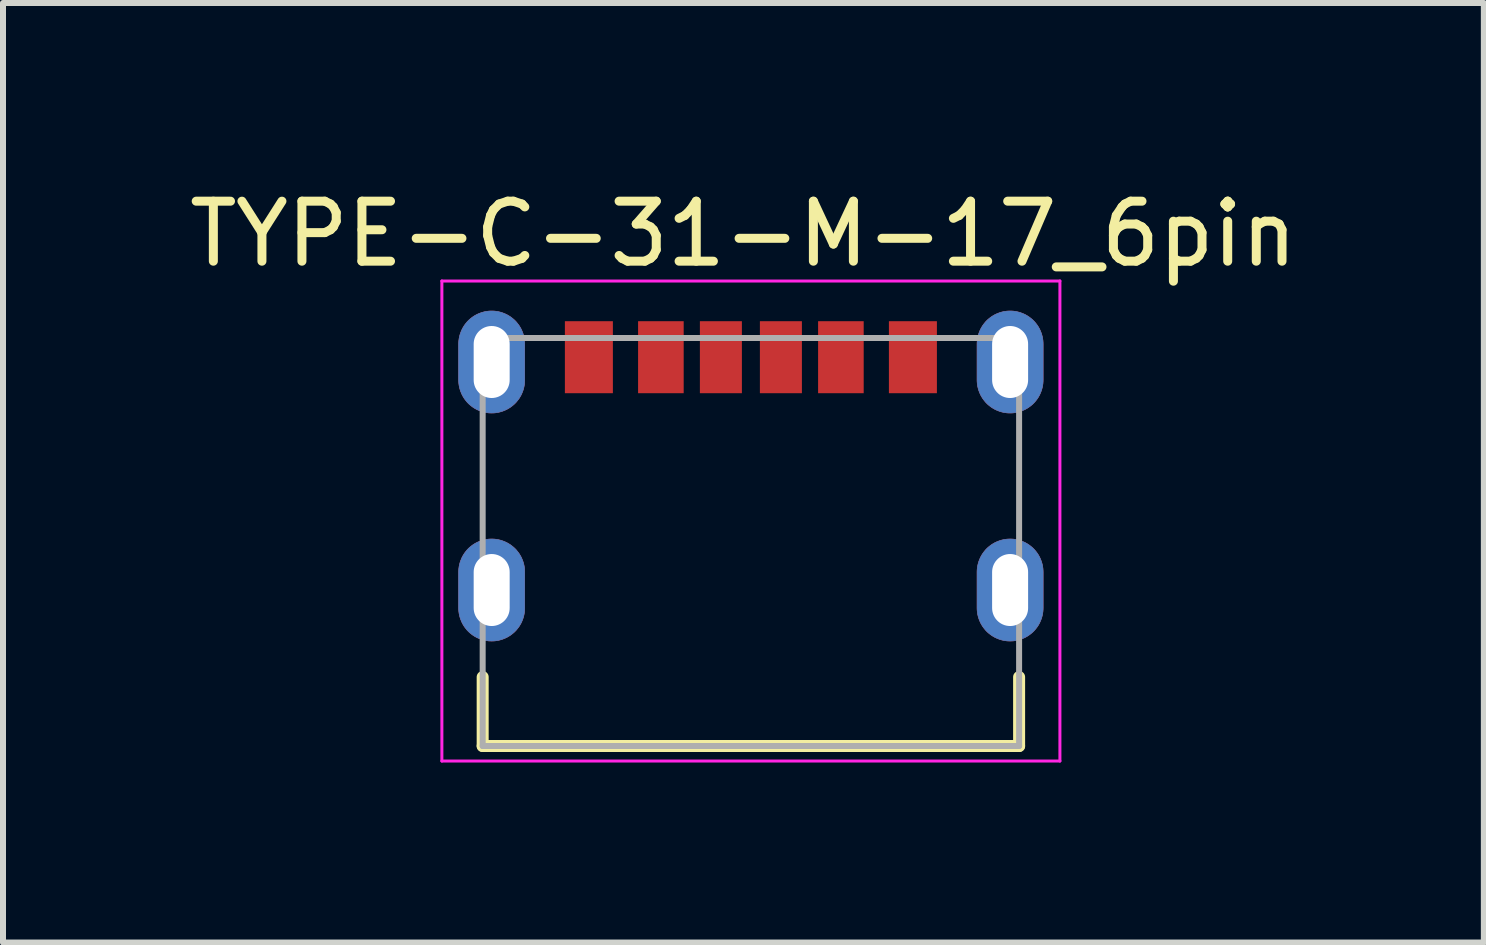
<source format=kicad_pcb>
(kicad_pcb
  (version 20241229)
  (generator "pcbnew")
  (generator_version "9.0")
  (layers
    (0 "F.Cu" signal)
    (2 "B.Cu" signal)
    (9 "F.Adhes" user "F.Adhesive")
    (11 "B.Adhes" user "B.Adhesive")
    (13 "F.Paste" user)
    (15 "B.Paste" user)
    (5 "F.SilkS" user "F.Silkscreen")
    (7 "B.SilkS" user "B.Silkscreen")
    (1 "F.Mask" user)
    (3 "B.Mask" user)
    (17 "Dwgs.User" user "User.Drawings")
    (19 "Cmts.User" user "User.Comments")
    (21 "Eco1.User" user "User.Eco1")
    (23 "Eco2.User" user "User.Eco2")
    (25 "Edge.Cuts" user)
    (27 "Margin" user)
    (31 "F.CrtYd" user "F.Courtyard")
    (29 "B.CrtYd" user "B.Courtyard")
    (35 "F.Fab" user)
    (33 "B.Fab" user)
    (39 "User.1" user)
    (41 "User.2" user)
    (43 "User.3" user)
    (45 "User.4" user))
  (footprint "TYPE-C-31-M-17_6pin"
    (layer "F.Cu")
    (at 9.464 5.983)
    (property "Reference" "TYPE-C-31-M-17_6pin" (at -0.125 -5.135 0) (layer "F.SilkS") (effects (font (size 1 1) (thickness 0.15))))
    (attr through_hole)
    (fp_poly (pts (xy -4.32 -3.85) (xy -4.349 -3.849) (xy -4.377 -3.847) (xy -4.406 -3.843) (xy -4.434 -3.838) (xy -4.462 -3.831) (xy -4.49 -3.823) (xy -4.517 -3.813) (xy -4.544 -3.802) (xy -4.57 -3.79) (xy -4.595 -3.776) (xy -4.62 -3.761) (xy -4.643 -3.745) (xy -4.666 -3.727) (xy -4.688 -3.709) (xy -4.709 -3.689) (xy -4.729 -3.668) (xy -4.747 -3.646) (xy -4.765 -3.623) (xy -4.781 -3.6) (xy -4.796 -3.575) (xy -4.81 -3.55) (xy -4.822 -3.524) (xy -4.833 -3.497) (xy -4.843 -3.47) (xy -4.851 -3.442) (xy -4.858 -3.414) (xy -4.863 -3.386) (xy -4.867 -3.357) (xy -4.869 -3.329) (xy -4.87 -3.3) (xy -4.87 -2.7) (xy -4.869 -2.671) (xy -4.867 -2.643) (xy -4.863 -2.614) (xy -4.858 -2.586) (xy -4.851 -2.558) (xy -4.843 -2.53) (xy -4.833 -2.503) (xy -4.822 -2.476) (xy -4.81 -2.45) (xy -4.796 -2.425) (xy -4.781 -2.4) (xy -4.765 -2.377) (xy -4.747 -2.354) (xy -4.729 -2.332) (xy -4.709 -2.311) (xy -4.688 -2.291) (xy -4.666 -2.273) (xy -4.643 -2.255) (xy -4.62 -2.239) (xy -4.595 -2.224) (xy -4.57 -2.21) (xy -4.544 -2.198) (xy -4.517 -2.187) (xy -4.49 -2.177) (xy -4.462 -2.169) (xy -4.434 -2.162) (xy -4.406 -2.157) (xy -4.377 -2.153) (xy -4.349 -2.151) (xy -4.32 -2.15) (xy -4.291 -2.151) (xy -4.263 -2.153) (xy -4.234 -2.157) (xy -4.206 -2.162) (xy -4.178 -2.169) (xy -4.15 -2.177) (xy -4.123 -2.187) (xy -4.096 -2.198) (xy -4.07 -2.21) (xy -4.045 -2.224) (xy -4.02 -2.239) (xy -3.997 -2.255) (xy -3.974 -2.273) (xy -3.952 -2.291) (xy -3.931 -2.311) (xy -3.911 -2.332) (xy -3.893 -2.354) (xy -3.875 -2.377) (xy -3.859 -2.4) (xy -3.844 -2.425) (xy -3.83 -2.45) (xy -3.818 -2.476) (xy -3.807 -2.503) (xy -3.797 -2.53) (xy -3.789 -2.558) (xy -3.782 -2.586) (xy -3.777 -2.614) (xy -3.773 -2.643) (xy -3.771 -2.671) (xy -3.77 -2.7) (xy -3.77 -3.3) (xy -3.771 -3.329) (xy -3.773 -3.357) (xy -3.777 -3.386) (xy -3.782 -3.414) (xy -3.789 -3.442) (xy -3.797 -3.47) (xy -3.807 -3.497) (xy -3.818 -3.524) (xy -3.83 -3.55) (xy -3.844 -3.575) (xy -3.859 -3.6) (xy -3.875 -3.623) (xy -3.893 -3.646) (xy -3.911 -3.668) (xy -3.931 -3.689) (xy -3.952 -3.709) (xy -3.974 -3.727) (xy -3.997 -3.745) (xy -4.02 -3.761) (xy -4.045 -3.776) (xy -4.07 -3.79) (xy -4.096 -3.802) (xy -4.123 -3.813) (xy -4.15 -3.823) (xy -4.178 -3.831) (xy -4.206 -3.838) (xy -4.234 -3.843) (xy -4.263 -3.847) (xy -4.291 -3.849) (xy -4.32 -3.85)) (stroke (width 0.01) (type solid)) (fill yes) (layer "F.Cu"))
    (fp_poly (pts (xy -4.32 -0.05) (xy -4.349 -0.049) (xy -4.377 -0.047) (xy -4.406 -0.043) (xy -4.434 -0.038) (xy -4.462 -0.031) (xy -4.49 -0.023) (xy -4.517 -0.013) (xy -4.544 -0.002) (xy -4.57 0.01) (xy -4.595 0.024) (xy -4.62 0.039) (xy -4.643 0.055) (xy -4.666 0.073) (xy -4.688 0.091) (xy -4.709 0.111) (xy -4.729 0.132) (xy -4.747 0.154) (xy -4.765 0.177) (xy -4.781 0.2) (xy -4.796 0.225) (xy -4.81 0.25) (xy -4.822 0.276) (xy -4.833 0.303) (xy -4.843 0.33) (xy -4.851 0.358) (xy -4.858 0.386) (xy -4.863 0.414) (xy -4.867 0.443) (xy -4.869 0.471) (xy -4.87 0.5) (xy -4.87 1.1) (xy -4.869 1.129) (xy -4.867 1.157) (xy -4.863 1.186) (xy -4.858 1.214) (xy -4.851 1.242) (xy -4.843 1.27) (xy -4.833 1.297) (xy -4.822 1.324) (xy -4.81 1.35) (xy -4.796 1.375) (xy -4.781 1.4) (xy -4.765 1.423) (xy -4.747 1.446) (xy -4.729 1.468) (xy -4.709 1.489) (xy -4.688 1.509) (xy -4.666 1.527) (xy -4.643 1.545) (xy -4.62 1.561) (xy -4.595 1.576) (xy -4.57 1.59) (xy -4.544 1.602) (xy -4.517 1.613) (xy -4.49 1.623) (xy -4.462 1.631) (xy -4.434 1.638) (xy -4.406 1.643) (xy -4.377 1.647) (xy -4.349 1.649) (xy -4.32 1.65) (xy -4.291 1.649) (xy -4.263 1.647) (xy -4.234 1.643) (xy -4.206 1.638) (xy -4.178 1.631) (xy -4.15 1.623) (xy -4.123 1.613) (xy -4.096 1.602) (xy -4.07 1.59) (xy -4.045 1.576) (xy -4.02 1.561) (xy -3.997 1.545) (xy -3.974 1.527) (xy -3.952 1.509) (xy -3.931 1.489) (xy -3.911 1.468) (xy -3.893 1.446) (xy -3.875 1.423) (xy -3.859 1.4) (xy -3.844 1.375) (xy -3.83 1.35) (xy -3.818 1.324) (xy -3.807 1.297) (xy -3.797 1.27) (xy -3.789 1.242) (xy -3.782 1.214) (xy -3.777 1.186) (xy -3.773 1.157) (xy -3.771 1.129) (xy -3.77 1.1) (xy -3.77 0.5) (xy -3.771 0.471) (xy -3.773 0.443) (xy -3.777 0.414) (xy -3.782 0.386) (xy -3.789 0.358) (xy -3.797 0.33) (xy -3.807 0.303) (xy -3.818 0.276) (xy -3.83 0.25) (xy -3.844 0.225) (xy -3.859 0.2) (xy -3.875 0.177) (xy -3.893 0.154) (xy -3.911 0.132) (xy -3.931 0.111) (xy -3.952 0.091) (xy -3.974 0.073) (xy -3.997 0.055) (xy -4.02 0.039) (xy -4.045 0.024) (xy -4.07 0.01) (xy -4.096 -0.002) (xy -4.123 -0.013) (xy -4.15 -0.023) (xy -4.178 -0.031) (xy -4.206 -0.038) (xy -4.234 -0.043) (xy -4.263 -0.047) (xy -4.291 -0.049) (xy -4.32 -0.05)) (stroke (width 0.01) (type solid)) (fill yes) (layer "F.Cu"))
    (fp_poly (pts (xy 4.32 -3.85) (xy 4.291 -3.849) (xy 4.263 -3.847) (xy 4.234 -3.843) (xy 4.206 -3.838) (xy 4.178 -3.831) (xy 4.15 -3.823) (xy 4.123 -3.813) (xy 4.096 -3.802) (xy 4.07 -3.79) (xy 4.045 -3.776) (xy 4.02 -3.761) (xy 3.997 -3.745) (xy 3.974 -3.727) (xy 3.952 -3.709) (xy 3.931 -3.689) (xy 3.911 -3.668) (xy 3.893 -3.646) (xy 3.875 -3.623) (xy 3.859 -3.6) (xy 3.844 -3.575) (xy 3.83 -3.55) (xy 3.818 -3.524) (xy 3.807 -3.497) (xy 3.797 -3.47) (xy 3.789 -3.442) (xy 3.782 -3.414) (xy 3.777 -3.386) (xy 3.773 -3.357) (xy 3.771 -3.329) (xy 3.77 -3.3) (xy 3.77 -2.7) (xy 3.771 -2.671) (xy 3.773 -2.643) (xy 3.777 -2.614) (xy 3.782 -2.586) (xy 3.789 -2.558) (xy 3.797 -2.53) (xy 3.807 -2.503) (xy 3.818 -2.476) (xy 3.83 -2.45) (xy 3.844 -2.425) (xy 3.859 -2.4) (xy 3.875 -2.377) (xy 3.893 -2.354) (xy 3.911 -2.332) (xy 3.931 -2.311) (xy 3.952 -2.291) (xy 3.974 -2.273) (xy 3.997 -2.255) (xy 4.02 -2.239) (xy 4.045 -2.224) (xy 4.07 -2.21) (xy 4.096 -2.198) (xy 4.123 -2.187) (xy 4.15 -2.177) (xy 4.178 -2.169) (xy 4.206 -2.162) (xy 4.234 -2.157) (xy 4.263 -2.153) (xy 4.291 -2.151) (xy 4.32 -2.15) (xy 4.349 -2.151) (xy 4.377 -2.153) (xy 4.406 -2.157) (xy 4.434 -2.162) (xy 4.462 -2.169) (xy 4.49 -2.177) (xy 4.517 -2.187) (xy 4.544 -2.198) (xy 4.57 -2.21) (xy 4.595 -2.224) (xy 4.62 -2.239) (xy 4.643 -2.255) (xy 4.666 -2.273) (xy 4.688 -2.291) (xy 4.709 -2.311) (xy 4.729 -2.332) (xy 4.747 -2.354) (xy 4.765 -2.377) (xy 4.781 -2.4) (xy 4.796 -2.425) (xy 4.81 -2.45) (xy 4.822 -2.476) (xy 4.833 -2.503) (xy 4.843 -2.53) (xy 4.851 -2.558) (xy 4.858 -2.586) (xy 4.863 -2.614) (xy 4.867 -2.643) (xy 4.869 -2.671) (xy 4.87 -2.7) (xy 4.87 -3.3) (xy 4.869 -3.329) (xy 4.867 -3.357) (xy 4.863 -3.386) (xy 4.858 -3.414) (xy 4.851 -3.442) (xy 4.843 -3.47) (xy 4.833 -3.497) (xy 4.822 -3.524) (xy 4.81 -3.55) (xy 4.796 -3.575) (xy 4.781 -3.6) (xy 4.765 -3.623) (xy 4.747 -3.646) (xy 4.729 -3.668) (xy 4.709 -3.689) (xy 4.688 -3.709) (xy 4.666 -3.727) (xy 4.643 -3.745) (xy 4.62 -3.761) (xy 4.595 -3.776) (xy 4.57 -3.79) (xy 4.544 -3.802) (xy 4.517 -3.813) (xy 4.49 -3.823) (xy 4.462 -3.831) (xy 4.434 -3.838) (xy 4.406 -3.843) (xy 4.377 -3.847) (xy 4.349 -3.849) (xy 4.32 -3.85)) (stroke (width 0.01) (type solid)) (fill yes) (layer "F.Cu"))
    (fp_poly (pts (xy 4.32 -0.05) (xy 4.291 -0.049) (xy 4.263 -0.047) (xy 4.234 -0.043) (xy 4.206 -0.038) (xy 4.178 -0.031) (xy 4.15 -0.023) (xy 4.123 -0.013) (xy 4.096 -0.002) (xy 4.07 0.01) (xy 4.045 0.024) (xy 4.02 0.039) (xy 3.997 0.055) (xy 3.974 0.073) (xy 3.952 0.091) (xy 3.931 0.111) (xy 3.911 0.132) (xy 3.893 0.154) (xy 3.875 0.177) (xy 3.859 0.2) (xy 3.844 0.225) (xy 3.83 0.25) (xy 3.818 0.276) (xy 3.807 0.303) (xy 3.797 0.33) (xy 3.789 0.358) (xy 3.782 0.386) (xy 3.777 0.414) (xy 3.773 0.443) (xy 3.771 0.471) (xy 3.77 0.5) (xy 3.77 1.1) (xy 3.771 1.129) (xy 3.773 1.157) (xy 3.777 1.186) (xy 3.782 1.214) (xy 3.789 1.242) (xy 3.797 1.27) (xy 3.807 1.297) (xy 3.818 1.324) (xy 3.83 1.35) (xy 3.844 1.375) (xy 3.859 1.4) (xy 3.875 1.423) (xy 3.893 1.446) (xy 3.911 1.468) (xy 3.931 1.489) (xy 3.952 1.509) (xy 3.974 1.527) (xy 3.997 1.545) (xy 4.02 1.561) (xy 4.045 1.576) (xy 4.07 1.59) (xy 4.096 1.602) (xy 4.123 1.613) (xy 4.15 1.623) (xy 4.178 1.631) (xy 4.206 1.638) (xy 4.234 1.643) (xy 4.263 1.647) (xy 4.291 1.649) (xy 4.32 1.65) (xy 4.349 1.649) (xy 4.377 1.647) (xy 4.406 1.643) (xy 4.434 1.638) (xy 4.462 1.631) (xy 4.49 1.623) (xy 4.517 1.613) (xy 4.544 1.602) (xy 4.57 1.59) (xy 4.595 1.576) (xy 4.62 1.561) (xy 4.643 1.545) (xy 4.666 1.527) (xy 4.688 1.509) (xy 4.709 1.489) (xy 4.729 1.468) (xy 4.747 1.446) (xy 4.765 1.423) (xy 4.781 1.4) (xy 4.796 1.375) (xy 4.81 1.35) (xy 4.822 1.324) (xy 4.833 1.297) (xy 4.843 1.27) (xy 4.851 1.242) (xy 4.858 1.214) (xy 4.863 1.186) (xy 4.867 1.157) (xy 4.869 1.129) (xy 4.87 1.1) (xy 4.87 0.5) (xy 4.869 0.471) (xy 4.867 0.443) (xy 4.863 0.414) (xy 4.858 0.386) (xy 4.851 0.358) (xy 4.843 0.33) (xy 4.833 0.303) (xy 4.822 0.276) (xy 4.81 0.25) (xy 4.796 0.225) (xy 4.781 0.2) (xy 4.765 0.177) (xy 4.747 0.154) (xy 4.729 0.132) (xy 4.709 0.111) (xy 4.688 0.091) (xy 4.666 0.073) (xy 4.643 0.055) (xy 4.62 0.039) (xy 4.595 0.024) (xy 4.57 0.01) (xy 4.544 -0.002) (xy 4.517 -0.013) (xy 4.49 -0.023) (xy 4.462 -0.031) (xy 4.434 -0.038) (xy 4.406 -0.043) (xy 4.377 -0.047) (xy 4.349 -0.049) (xy 4.32 -0.05)) (stroke (width 0.01) (type solid)) (fill yes) (layer "F.Cu"))
    (fp_poly (pts (xy -4.32 -3.95) (xy -4.354 -3.949) (xy -4.388 -3.946) (xy -4.422 -3.942) (xy -4.455 -3.936) (xy -4.488 -3.928) (xy -4.521 -3.918) (xy -4.553 -3.907) (xy -4.584 -3.894) (xy -4.615 -3.879) (xy -4.645 -3.863) (xy -4.674 -3.845) (xy -4.702 -3.826) (xy -4.729 -3.805) (xy -4.755 -3.783) (xy -4.78 -3.76) (xy -4.803 -3.735) (xy -4.825 -3.709) (xy -4.846 -3.682) (xy -4.865 -3.654) (xy -4.883 -3.625) (xy -4.899 -3.595) (xy -4.914 -3.564) (xy -4.927 -3.533) (xy -4.938 -3.501) (xy -4.948 -3.468) (xy -4.956 -3.435) (xy -4.962 -3.402) (xy -4.966 -3.368) (xy -4.969 -3.334) (xy -4.97 -3.3) (xy -4.97 -2.7) (xy -4.969 -2.666) (xy -4.966 -2.632) (xy -4.962 -2.598) (xy -4.956 -2.565) (xy -4.948 -2.532) (xy -4.938 -2.499) (xy -4.927 -2.467) (xy -4.914 -2.436) (xy -4.899 -2.405) (xy -4.883 -2.375) (xy -4.865 -2.346) (xy -4.846 -2.318) (xy -4.825 -2.291) (xy -4.803 -2.265) (xy -4.78 -2.24) (xy -4.755 -2.217) (xy -4.729 -2.195) (xy -4.702 -2.174) (xy -4.674 -2.155) (xy -4.645 -2.137) (xy -4.615 -2.121) (xy -4.584 -2.106) (xy -4.553 -2.093) (xy -4.521 -2.082) (xy -4.488 -2.072) (xy -4.455 -2.064) (xy -4.422 -2.058) (xy -4.388 -2.054) (xy -4.354 -2.051) (xy -4.32 -2.05) (xy -4.286 -2.051) (xy -4.252 -2.054) (xy -4.218 -2.058) (xy -4.185 -2.064) (xy -4.152 -2.072) (xy -4.119 -2.082) (xy -4.087 -2.093) (xy -4.056 -2.106) (xy -4.025 -2.121) (xy -3.995 -2.137) (xy -3.966 -2.155) (xy -3.938 -2.174) (xy -3.911 -2.195) (xy -3.885 -2.217) (xy -3.86 -2.24) (xy -3.837 -2.265) (xy -3.815 -2.291) (xy -3.794 -2.318) (xy -3.775 -2.346) (xy -3.757 -2.375) (xy -3.741 -2.405) (xy -3.726 -2.436) (xy -3.713 -2.467) (xy -3.702 -2.499) (xy -3.692 -2.532) (xy -3.684 -2.565) (xy -3.678 -2.598) (xy -3.674 -2.632) (xy -3.671 -2.666) (xy -3.67 -2.7) (xy -3.67 -3.3) (xy -3.671 -3.334) (xy -3.674 -3.368) (xy -3.678 -3.402) (xy -3.684 -3.435) (xy -3.692 -3.468) (xy -3.702 -3.501) (xy -3.713 -3.533) (xy -3.726 -3.564) (xy -3.741 -3.595) (xy -3.757 -3.625) (xy -3.775 -3.654) (xy -3.794 -3.682) (xy -3.815 -3.709) (xy -3.837 -3.735) (xy -3.86 -3.76) (xy -3.885 -3.783) (xy -3.911 -3.805) (xy -3.938 -3.826) (xy -3.966 -3.845) (xy -3.995 -3.863) (xy -4.025 -3.879) (xy -4.056 -3.894) (xy -4.087 -3.907) (xy -4.119 -3.918) (xy -4.152 -3.928) (xy -4.185 -3.936) (xy -4.218 -3.942) (xy -4.252 -3.946) (xy -4.286 -3.949) (xy -4.32 -3.95)) (stroke (width 0.01) (type solid)) (fill yes) (layer "F.Mask"))
    (fp_poly (pts (xy -4.32 -0.15) (xy -4.354 -0.149) (xy -4.388 -0.146) (xy -4.422 -0.142) (xy -4.455 -0.136) (xy -4.488 -0.128) (xy -4.521 -0.118) (xy -4.553 -0.107) (xy -4.584 -0.094) (xy -4.615 -0.079) (xy -4.645 -0.063) (xy -4.674 -0.045) (xy -4.702 -0.026) (xy -4.729 -0.005) (xy -4.755 0.017) (xy -4.78 0.04) (xy -4.803 0.065) (xy -4.825 0.091) (xy -4.846 0.118) (xy -4.865 0.146) (xy -4.883 0.175) (xy -4.899 0.205) (xy -4.914 0.236) (xy -4.927 0.267) (xy -4.938 0.299) (xy -4.948 0.332) (xy -4.956 0.365) (xy -4.962 0.398) (xy -4.966 0.432) (xy -4.969 0.466) (xy -4.97 0.5) (xy -4.97 1.1) (xy -4.969 1.134) (xy -4.966 1.168) (xy -4.962 1.202) (xy -4.956 1.235) (xy -4.948 1.268) (xy -4.938 1.301) (xy -4.927 1.333) (xy -4.914 1.364) (xy -4.899 1.395) (xy -4.883 1.425) (xy -4.865 1.454) (xy -4.846 1.482) (xy -4.825 1.509) (xy -4.803 1.535) (xy -4.78 1.56) (xy -4.755 1.583) (xy -4.729 1.605) (xy -4.702 1.626) (xy -4.674 1.645) (xy -4.645 1.663) (xy -4.615 1.679) (xy -4.584 1.694) (xy -4.553 1.707) (xy -4.521 1.718) (xy -4.488 1.728) (xy -4.455 1.736) (xy -4.422 1.742) (xy -4.388 1.746) (xy -4.354 1.749) (xy -4.32 1.75) (xy -4.286 1.749) (xy -4.252 1.746) (xy -4.218 1.742) (xy -4.185 1.736) (xy -4.152 1.728) (xy -4.119 1.718) (xy -4.087 1.707) (xy -4.056 1.694) (xy -4.025 1.679) (xy -3.995 1.663) (xy -3.966 1.645) (xy -3.938 1.626) (xy -3.911 1.605) (xy -3.885 1.583) (xy -3.86 1.56) (xy -3.837 1.535) (xy -3.815 1.509) (xy -3.794 1.482) (xy -3.775 1.454) (xy -3.757 1.425) (xy -3.741 1.395) (xy -3.726 1.364) (xy -3.713 1.333) (xy -3.702 1.301) (xy -3.692 1.268) (xy -3.684 1.235) (xy -3.678 1.202) (xy -3.674 1.168) (xy -3.671 1.134) (xy -3.67 1.1) (xy -3.67 0.5) (xy -3.671 0.466) (xy -3.674 0.432) (xy -3.678 0.398) (xy -3.684 0.365) (xy -3.692 0.332) (xy -3.702 0.299) (xy -3.713 0.267) (xy -3.726 0.236) (xy -3.741 0.205) (xy -3.757 0.175) (xy -3.775 0.146) (xy -3.794 0.118) (xy -3.815 0.091) (xy -3.837 0.065) (xy -3.86 0.04) (xy -3.885 0.017) (xy -3.911 -0.005) (xy -3.938 -0.026) (xy -3.966 -0.045) (xy -3.995 -0.063) (xy -4.025 -0.079) (xy -4.056 -0.094) (xy -4.087 -0.107) (xy -4.119 -0.118) (xy -4.152 -0.128) (xy -4.185 -0.136) (xy -4.218 -0.142) (xy -4.252 -0.146) (xy -4.286 -0.149) (xy -4.32 -0.15)) (stroke (width 0.01) (type solid)) (fill yes) (layer "F.Mask"))
    (fp_poly (pts (xy 4.32 -3.95) (xy 4.286 -3.949) (xy 4.252 -3.946) (xy 4.218 -3.942) (xy 4.185 -3.936) (xy 4.152 -3.928) (xy 4.119 -3.918) (xy 4.087 -3.907) (xy 4.056 -3.894) (xy 4.025 -3.879) (xy 3.995 -3.863) (xy 3.966 -3.845) (xy 3.938 -3.826) (xy 3.911 -3.805) (xy 3.885 -3.783) (xy 3.86 -3.76) (xy 3.837 -3.735) (xy 3.815 -3.709) (xy 3.794 -3.682) (xy 3.775 -3.654) (xy 3.757 -3.625) (xy 3.741 -3.595) (xy 3.726 -3.564) (xy 3.713 -3.533) (xy 3.702 -3.501) (xy 3.692 -3.468) (xy 3.684 -3.435) (xy 3.678 -3.402) (xy 3.674 -3.368) (xy 3.671 -3.334) (xy 3.67 -3.3) (xy 3.67 -2.7) (xy 3.671 -2.666) (xy 3.674 -2.632) (xy 3.678 -2.598) (xy 3.684 -2.565) (xy 3.692 -2.532) (xy 3.702 -2.499) (xy 3.713 -2.467) (xy 3.726 -2.436) (xy 3.741 -2.405) (xy 3.757 -2.375) (xy 3.775 -2.346) (xy 3.794 -2.318) (xy 3.815 -2.291) (xy 3.837 -2.265) (xy 3.86 -2.24) (xy 3.885 -2.217) (xy 3.911 -2.195) (xy 3.938 -2.174) (xy 3.966 -2.155) (xy 3.995 -2.137) (xy 4.025 -2.121) (xy 4.056 -2.106) (xy 4.087 -2.093) (xy 4.119 -2.082) (xy 4.152 -2.072) (xy 4.185 -2.064) (xy 4.218 -2.058) (xy 4.252 -2.054) (xy 4.286 -2.051) (xy 4.32 -2.05) (xy 4.354 -2.051) (xy 4.388 -2.054) (xy 4.422 -2.058) (xy 4.455 -2.064) (xy 4.488 -2.072) (xy 4.521 -2.082) (xy 4.553 -2.093) (xy 4.584 -2.106) (xy 4.615 -2.121) (xy 4.645 -2.137) (xy 4.674 -2.155) (xy 4.702 -2.174) (xy 4.729 -2.195) (xy 4.755 -2.217) (xy 4.78 -2.24) (xy 4.803 -2.265) (xy 4.825 -2.291) (xy 4.846 -2.318) (xy 4.865 -2.346) (xy 4.883 -2.375) (xy 4.899 -2.405) (xy 4.914 -2.436) (xy 4.927 -2.467) (xy 4.938 -2.499) (xy 4.948 -2.532) (xy 4.956 -2.565) (xy 4.962 -2.598) (xy 4.966 -2.632) (xy 4.969 -2.666) (xy 4.97 -2.7) (xy 4.97 -3.3) (xy 4.969 -3.334) (xy 4.966 -3.368) (xy 4.962 -3.402) (xy 4.956 -3.435) (xy 4.948 -3.468) (xy 4.938 -3.501) (xy 4.927 -3.533) (xy 4.914 -3.564) (xy 4.899 -3.595) (xy 4.883 -3.625) (xy 4.865 -3.654) (xy 4.846 -3.682) (xy 4.825 -3.709) (xy 4.803 -3.735) (xy 4.78 -3.76) (xy 4.755 -3.783) (xy 4.729 -3.805) (xy 4.702 -3.826) (xy 4.674 -3.845) (xy 4.645 -3.863) (xy 4.615 -3.879) (xy 4.584 -3.894) (xy 4.553 -3.907) (xy 4.521 -3.918) (xy 4.488 -3.928) (xy 4.455 -3.936) (xy 4.422 -3.942) (xy 4.388 -3.946) (xy 4.354 -3.949) (xy 4.32 -3.95)) (stroke (width 0.01) (type solid)) (fill yes) (layer "F.Mask"))
    (fp_poly (pts (xy 4.32 -0.15) (xy 4.286 -0.149) (xy 4.252 -0.146) (xy 4.218 -0.142) (xy 4.185 -0.136) (xy 4.152 -0.128) (xy 4.119 -0.118) (xy 4.087 -0.107) (xy 4.056 -0.094) (xy 4.025 -0.079) (xy 3.995 -0.063) (xy 3.966 -0.045) (xy 3.938 -0.026) (xy 3.911 -0.005) (xy 3.885 0.017) (xy 3.86 0.04) (xy 3.837 0.065) (xy 3.815 0.091) (xy 3.794 0.118) (xy 3.775 0.146) (xy 3.757 0.175) (xy 3.741 0.205) (xy 3.726 0.236) (xy 3.713 0.267) (xy 3.702 0.299) (xy 3.692 0.332) (xy 3.684 0.365) (xy 3.678 0.398) (xy 3.674 0.432) (xy 3.671 0.466) (xy 3.67 0.5) (xy 3.67 1.1) (xy 3.671 1.134) (xy 3.674 1.168) (xy 3.678 1.202) (xy 3.684 1.235) (xy 3.692 1.268) (xy 3.702 1.301) (xy 3.713 1.333) (xy 3.726 1.364) (xy 3.741 1.395) (xy 3.757 1.425) (xy 3.775 1.454) (xy 3.794 1.482) (xy 3.815 1.509) (xy 3.837 1.535) (xy 3.86 1.56) (xy 3.885 1.583) (xy 3.911 1.605) (xy 3.938 1.626) (xy 3.966 1.645) (xy 3.995 1.663) (xy 4.025 1.679) (xy 4.056 1.694) (xy 4.087 1.707) (xy 4.119 1.718) (xy 4.152 1.728) (xy 4.185 1.736) (xy 4.218 1.742) (xy 4.252 1.746) (xy 4.286 1.749) (xy 4.32 1.75) (xy 4.354 1.749) (xy 4.388 1.746) (xy 4.422 1.742) (xy 4.455 1.736) (xy 4.488 1.728) (xy 4.521 1.718) (xy 4.553 1.707) (xy 4.584 1.694) (xy 4.615 1.679) (xy 4.645 1.663) (xy 4.674 1.645) (xy 4.702 1.626) (xy 4.729 1.605) (xy 4.755 1.583) (xy 4.78 1.56) (xy 4.803 1.535) (xy 4.825 1.509) (xy 4.846 1.482) (xy 4.865 1.454) (xy 4.883 1.425) (xy 4.899 1.395) (xy 4.914 1.364) (xy 4.927 1.333) (xy 4.938 1.301) (xy 4.948 1.268) (xy 4.956 1.235) (xy 4.962 1.202) (xy 4.966 1.168) (xy 4.969 1.134) (xy 4.97 1.1) (xy 4.97 0.5) (xy 4.969 0.466) (xy 4.966 0.432) (xy 4.962 0.398) (xy 4.956 0.365) (xy 4.948 0.332) (xy 4.938 0.299) (xy 4.927 0.267) (xy 4.914 0.236) (xy 4.899 0.205) (xy 4.883 0.175) (xy 4.865 0.146) (xy 4.846 0.118) (xy 4.825 0.091) (xy 4.803 0.065) (xy 4.78 0.04) (xy 4.755 0.017) (xy 4.729 -0.005) (xy 4.702 -0.026) (xy 4.674 -0.045) (xy 4.645 -0.063) (xy 4.615 -0.079) (xy 4.584 -0.094) (xy 4.553 -0.107) (xy 4.521 -0.118) (xy 4.488 -0.128) (xy 4.455 -0.136) (xy 4.422 -0.142) (xy 4.388 -0.146) (xy 4.354 -0.149) (xy 4.32 -0.15)) (stroke (width 0.01) (type solid)) (fill yes) (layer "F.Mask"))
    (fp_poly (pts (xy -4.32 -3.85) (xy -4.349 -3.849) (xy -4.377 -3.847) (xy -4.406 -3.843) (xy -4.434 -3.838) (xy -4.462 -3.831) (xy -4.49 -3.823) (xy -4.517 -3.813) (xy -4.544 -3.802) (xy -4.57 -3.79) (xy -4.595 -3.776) (xy -4.62 -3.761) (xy -4.643 -3.745) (xy -4.666 -3.727) (xy -4.688 -3.709) (xy -4.709 -3.689) (xy -4.729 -3.668) (xy -4.747 -3.646) (xy -4.765 -3.623) (xy -4.781 -3.6) (xy -4.796 -3.575) (xy -4.81 -3.55) (xy -4.822 -3.524) (xy -4.833 -3.497) (xy -4.843 -3.47) (xy -4.851 -3.442) (xy -4.858 -3.414) (xy -4.863 -3.386) (xy -4.867 -3.357) (xy -4.869 -3.329) (xy -4.87 -3.3) (xy -4.87 -2.7) (xy -4.869 -2.671) (xy -4.867 -2.643) (xy -4.863 -2.614) (xy -4.858 -2.586) (xy -4.851 -2.558) (xy -4.843 -2.53) (xy -4.833 -2.503) (xy -4.822 -2.476) (xy -4.81 -2.45) (xy -4.796 -2.425) (xy -4.781 -2.4) (xy -4.765 -2.377) (xy -4.747 -2.354) (xy -4.729 -2.332) (xy -4.709 -2.311) (xy -4.688 -2.291) (xy -4.666 -2.273) (xy -4.643 -2.255) (xy -4.62 -2.239) (xy -4.595 -2.224) (xy -4.57 -2.21) (xy -4.544 -2.198) (xy -4.517 -2.187) (xy -4.49 -2.177) (xy -4.462 -2.169) (xy -4.434 -2.162) (xy -4.406 -2.157) (xy -4.377 -2.153) (xy -4.349 -2.151) (xy -4.32 -2.15) (xy -4.291 -2.151) (xy -4.263 -2.153) (xy -4.234 -2.157) (xy -4.206 -2.162) (xy -4.178 -2.169) (xy -4.15 -2.177) (xy -4.123 -2.187) (xy -4.096 -2.198) (xy -4.07 -2.21) (xy -4.045 -2.224) (xy -4.02 -2.239) (xy -3.997 -2.255) (xy -3.974 -2.273) (xy -3.952 -2.291) (xy -3.931 -2.311) (xy -3.911 -2.332) (xy -3.893 -2.354) (xy -3.875 -2.377) (xy -3.859 -2.4) (xy -3.844 -2.425) (xy -3.83 -2.45) (xy -3.818 -2.476) (xy -3.807 -2.503) (xy -3.797 -2.53) (xy -3.789 -2.558) (xy -3.782 -2.586) (xy -3.777 -2.614) (xy -3.773 -2.643) (xy -3.771 -2.671) (xy -3.77 -2.7) (xy -3.77 -3.3) (xy -3.771 -3.329) (xy -3.773 -3.357) (xy -3.777 -3.386) (xy -3.782 -3.414) (xy -3.789 -3.442) (xy -3.797 -3.47) (xy -3.807 -3.497) (xy -3.818 -3.524) (xy -3.83 -3.55) (xy -3.844 -3.575) (xy -3.859 -3.6) (xy -3.875 -3.623) (xy -3.893 -3.646) (xy -3.911 -3.668) (xy -3.931 -3.689) (xy -3.952 -3.709) (xy -3.974 -3.727) (xy -3.997 -3.745) (xy -4.02 -3.761) (xy -4.045 -3.776) (xy -4.07 -3.79) (xy -4.096 -3.802) (xy -4.123 -3.813) (xy -4.15 -3.823) (xy -4.178 -3.831) (xy -4.206 -3.838) (xy -4.234 -3.843) (xy -4.263 -3.847) (xy -4.291 -3.849) (xy -4.32 -3.85)) (stroke (width 0.01) (type solid)) (fill yes) (layer "B.Cu"))
    (fp_poly (pts (xy -4.32 -0.05) (xy -4.349 -0.049) (xy -4.377 -0.047) (xy -4.406 -0.043) (xy -4.434 -0.038) (xy -4.462 -0.031) (xy -4.49 -0.023) (xy -4.517 -0.013) (xy -4.544 -0.002) (xy -4.57 0.01) (xy -4.595 0.024) (xy -4.62 0.039) (xy -4.643 0.055) (xy -4.666 0.073) (xy -4.688 0.091) (xy -4.709 0.111) (xy -4.729 0.132) (xy -4.747 0.154) (xy -4.765 0.177) (xy -4.781 0.2) (xy -4.796 0.225) (xy -4.81 0.25) (xy -4.822 0.276) (xy -4.833 0.303) (xy -4.843 0.33) (xy -4.851 0.358) (xy -4.858 0.386) (xy -4.863 0.414) (xy -4.867 0.443) (xy -4.869 0.471) (xy -4.87 0.5) (xy -4.87 1.1) (xy -4.869 1.129) (xy -4.867 1.157) (xy -4.863 1.186) (xy -4.858 1.214) (xy -4.851 1.242) (xy -4.843 1.27) (xy -4.833 1.297) (xy -4.822 1.324) (xy -4.81 1.35) (xy -4.796 1.375) (xy -4.781 1.4) (xy -4.765 1.423) (xy -4.747 1.446) (xy -4.729 1.468) (xy -4.709 1.489) (xy -4.688 1.509) (xy -4.666 1.527) (xy -4.643 1.545) (xy -4.62 1.561) (xy -4.595 1.576) (xy -4.57 1.59) (xy -4.544 1.602) (xy -4.517 1.613) (xy -4.49 1.623) (xy -4.462 1.631) (xy -4.434 1.638) (xy -4.406 1.643) (xy -4.377 1.647) (xy -4.349 1.649) (xy -4.32 1.65) (xy -4.291 1.649) (xy -4.263 1.647) (xy -4.234 1.643) (xy -4.206 1.638) (xy -4.178 1.631) (xy -4.15 1.623) (xy -4.123 1.613) (xy -4.096 1.602) (xy -4.07 1.59) (xy -4.045 1.576) (xy -4.02 1.561) (xy -3.997 1.545) (xy -3.974 1.527) (xy -3.952 1.509) (xy -3.931 1.489) (xy -3.911 1.468) (xy -3.893 1.446) (xy -3.875 1.423) (xy -3.859 1.4) (xy -3.844 1.375) (xy -3.83 1.35) (xy -3.818 1.324) (xy -3.807 1.297) (xy -3.797 1.27) (xy -3.789 1.242) (xy -3.782 1.214) (xy -3.777 1.186) (xy -3.773 1.157) (xy -3.771 1.129) (xy -3.77 1.1) (xy -3.77 0.5) (xy -3.771 0.471) (xy -3.773 0.443) (xy -3.777 0.414) (xy -3.782 0.386) (xy -3.789 0.358) (xy -3.797 0.33) (xy -3.807 0.303) (xy -3.818 0.276) (xy -3.83 0.25) (xy -3.844 0.225) (xy -3.859 0.2) (xy -3.875 0.177) (xy -3.893 0.154) (xy -3.911 0.132) (xy -3.931 0.111) (xy -3.952 0.091) (xy -3.974 0.073) (xy -3.997 0.055) (xy -4.02 0.039) (xy -4.045 0.024) (xy -4.07 0.01) (xy -4.096 -0.002) (xy -4.123 -0.013) (xy -4.15 -0.023) (xy -4.178 -0.031) (xy -4.206 -0.038) (xy -4.234 -0.043) (xy -4.263 -0.047) (xy -4.291 -0.049) (xy -4.32 -0.05)) (stroke (width 0.01) (type solid)) (fill yes) (layer "B.Cu"))
    (fp_poly (pts (xy 4.32 -3.85) (xy 4.291 -3.849) (xy 4.263 -3.847) (xy 4.234 -3.843) (xy 4.206 -3.838) (xy 4.178 -3.831) (xy 4.15 -3.823) (xy 4.123 -3.813) (xy 4.096 -3.802) (xy 4.07 -3.79) (xy 4.045 -3.776) (xy 4.02 -3.761) (xy 3.997 -3.745) (xy 3.974 -3.727) (xy 3.952 -3.709) (xy 3.931 -3.689) (xy 3.911 -3.668) (xy 3.893 -3.646) (xy 3.875 -3.623) (xy 3.859 -3.6) (xy 3.844 -3.575) (xy 3.83 -3.55) (xy 3.818 -3.524) (xy 3.807 -3.497) (xy 3.797 -3.47) (xy 3.789 -3.442) (xy 3.782 -3.414) (xy 3.777 -3.386) (xy 3.773 -3.357) (xy 3.771 -3.329) (xy 3.77 -3.3) (xy 3.77 -2.7) (xy 3.771 -2.671) (xy 3.773 -2.643) (xy 3.777 -2.614) (xy 3.782 -2.586) (xy 3.789 -2.558) (xy 3.797 -2.53) (xy 3.807 -2.503) (xy 3.818 -2.476) (xy 3.83 -2.45) (xy 3.844 -2.425) (xy 3.859 -2.4) (xy 3.875 -2.377) (xy 3.893 -2.354) (xy 3.911 -2.332) (xy 3.931 -2.311) (xy 3.952 -2.291) (xy 3.974 -2.273) (xy 3.997 -2.255) (xy 4.02 -2.239) (xy 4.045 -2.224) (xy 4.07 -2.21) (xy 4.096 -2.198) (xy 4.123 -2.187) (xy 4.15 -2.177) (xy 4.178 -2.169) (xy 4.206 -2.162) (xy 4.234 -2.157) (xy 4.263 -2.153) (xy 4.291 -2.151) (xy 4.32 -2.15) (xy 4.349 -2.151) (xy 4.377 -2.153) (xy 4.406 -2.157) (xy 4.434 -2.162) (xy 4.462 -2.169) (xy 4.49 -2.177) (xy 4.517 -2.187) (xy 4.544 -2.198) (xy 4.57 -2.21) (xy 4.595 -2.224) (xy 4.62 -2.239) (xy 4.643 -2.255) (xy 4.666 -2.273) (xy 4.688 -2.291) (xy 4.709 -2.311) (xy 4.729 -2.332) (xy 4.747 -2.354) (xy 4.765 -2.377) (xy 4.781 -2.4) (xy 4.796 -2.425) (xy 4.81 -2.45) (xy 4.822 -2.476) (xy 4.833 -2.503) (xy 4.843 -2.53) (xy 4.851 -2.558) (xy 4.858 -2.586) (xy 4.863 -2.614) (xy 4.867 -2.643) (xy 4.869 -2.671) (xy 4.87 -2.7) (xy 4.87 -3.3) (xy 4.869 -3.329) (xy 4.867 -3.357) (xy 4.863 -3.386) (xy 4.858 -3.414) (xy 4.851 -3.442) (xy 4.843 -3.47) (xy 4.833 -3.497) (xy 4.822 -3.524) (xy 4.81 -3.55) (xy 4.796 -3.575) (xy 4.781 -3.6) (xy 4.765 -3.623) (xy 4.747 -3.646) (xy 4.729 -3.668) (xy 4.709 -3.689) (xy 4.688 -3.709) (xy 4.666 -3.727) (xy 4.643 -3.745) (xy 4.62 -3.761) (xy 4.595 -3.776) (xy 4.57 -3.79) (xy 4.544 -3.802) (xy 4.517 -3.813) (xy 4.49 -3.823) (xy 4.462 -3.831) (xy 4.434 -3.838) (xy 4.406 -3.843) (xy 4.377 -3.847) (xy 4.349 -3.849) (xy 4.32 -3.85)) (stroke (width 0.01) (type solid)) (fill yes) (layer "B.Cu"))
    (fp_poly (pts (xy 4.32 -0.05) (xy 4.291 -0.049) (xy 4.263 -0.047) (xy 4.234 -0.043) (xy 4.206 -0.038) (xy 4.178 -0.031) (xy 4.15 -0.023) (xy 4.123 -0.013) (xy 4.096 -0.002) (xy 4.07 0.01) (xy 4.045 0.024) (xy 4.02 0.039) (xy 3.997 0.055) (xy 3.974 0.073) (xy 3.952 0.091) (xy 3.931 0.111) (xy 3.911 0.132) (xy 3.893 0.154) (xy 3.875 0.177) (xy 3.859 0.2) (xy 3.844 0.225) (xy 3.83 0.25) (xy 3.818 0.276) (xy 3.807 0.303) (xy 3.797 0.33) (xy 3.789 0.358) (xy 3.782 0.386) (xy 3.777 0.414) (xy 3.773 0.443) (xy 3.771 0.471) (xy 3.77 0.5) (xy 3.77 1.1) (xy 3.771 1.129) (xy 3.773 1.157) (xy 3.777 1.186) (xy 3.782 1.214) (xy 3.789 1.242) (xy 3.797 1.27) (xy 3.807 1.297) (xy 3.818 1.324) (xy 3.83 1.35) (xy 3.844 1.375) (xy 3.859 1.4) (xy 3.875 1.423) (xy 3.893 1.446) (xy 3.911 1.468) (xy 3.931 1.489) (xy 3.952 1.509) (xy 3.974 1.527) (xy 3.997 1.545) (xy 4.02 1.561) (xy 4.045 1.576) (xy 4.07 1.59) (xy 4.096 1.602) (xy 4.123 1.613) (xy 4.15 1.623) (xy 4.178 1.631) (xy 4.206 1.638) (xy 4.234 1.643) (xy 4.263 1.647) (xy 4.291 1.649) (xy 4.32 1.65) (xy 4.349 1.649) (xy 4.377 1.647) (xy 4.406 1.643) (xy 4.434 1.638) (xy 4.462 1.631) (xy 4.49 1.623) (xy 4.517 1.613) (xy 4.544 1.602) (xy 4.57 1.59) (xy 4.595 1.576) (xy 4.62 1.561) (xy 4.643 1.545) (xy 4.666 1.527) (xy 4.688 1.509) (xy 4.709 1.489) (xy 4.729 1.468) (xy 4.747 1.446) (xy 4.765 1.423) (xy 4.781 1.4) (xy 4.796 1.375) (xy 4.81 1.35) (xy 4.822 1.324) (xy 4.833 1.297) (xy 4.843 1.27) (xy 4.851 1.242) (xy 4.858 1.214) (xy 4.863 1.186) (xy 4.867 1.157) (xy 4.869 1.129) (xy 4.87 1.1) (xy 4.87 0.5) (xy 4.869 0.471) (xy 4.867 0.443) (xy 4.863 0.414) (xy 4.858 0.386) (xy 4.851 0.358) (xy 4.843 0.33) (xy 4.833 0.303) (xy 4.822 0.276) (xy 4.81 0.25) (xy 4.796 0.225) (xy 4.781 0.2) (xy 4.765 0.177) (xy 4.747 0.154) (xy 4.729 0.132) (xy 4.709 0.111) (xy 4.688 0.091) (xy 4.666 0.073) (xy 4.643 0.055) (xy 4.62 0.039) (xy 4.595 0.024) (xy 4.57 0.01) (xy 4.544 -0.002) (xy 4.517 -0.013) (xy 4.49 -0.023) (xy 4.462 -0.031) (xy 4.434 -0.038) (xy 4.406 -0.043) (xy 4.377 -0.047) (xy 4.349 -0.049) (xy 4.32 -0.05)) (stroke (width 0.01) (type solid)) (fill yes) (layer "B.Cu"))
    (fp_poly (pts (xy -4.32 -3.95) (xy -4.354 -3.949) (xy -4.388 -3.946) (xy -4.422 -3.942) (xy -4.455 -3.936) (xy -4.488 -3.928) (xy -4.521 -3.918) (xy -4.553 -3.907) (xy -4.584 -3.894) (xy -4.615 -3.879) (xy -4.645 -3.863) (xy -4.674 -3.845) (xy -4.702 -3.826) (xy -4.729 -3.805) (xy -4.755 -3.783) (xy -4.78 -3.76) (xy -4.803 -3.735) (xy -4.825 -3.709) (xy -4.846 -3.682) (xy -4.865 -3.654) (xy -4.883 -3.625) (xy -4.899 -3.595) (xy -4.914 -3.564) (xy -4.927 -3.533) (xy -4.938 -3.501) (xy -4.948 -3.468) (xy -4.956 -3.435) (xy -4.962 -3.402) (xy -4.966 -3.368) (xy -4.969 -3.334) (xy -4.97 -3.3) (xy -4.97 -2.7) (xy -4.969 -2.666) (xy -4.966 -2.632) (xy -4.962 -2.598) (xy -4.956 -2.565) (xy -4.948 -2.532) (xy -4.938 -2.499) (xy -4.927 -2.467) (xy -4.914 -2.436) (xy -4.899 -2.405) (xy -4.883 -2.375) (xy -4.865 -2.346) (xy -4.846 -2.318) (xy -4.825 -2.291) (xy -4.803 -2.265) (xy -4.78 -2.24) (xy -4.755 -2.217) (xy -4.729 -2.195) (xy -4.702 -2.174) (xy -4.674 -2.155) (xy -4.645 -2.137) (xy -4.615 -2.121) (xy -4.584 -2.106) (xy -4.553 -2.093) (xy -4.521 -2.082) (xy -4.488 -2.072) (xy -4.455 -2.064) (xy -4.422 -2.058) (xy -4.388 -2.054) (xy -4.354 -2.051) (xy -4.32 -2.05) (xy -4.286 -2.051) (xy -4.252 -2.054) (xy -4.218 -2.058) (xy -4.185 -2.064) (xy -4.152 -2.072) (xy -4.119 -2.082) (xy -4.087 -2.093) (xy -4.056 -2.106) (xy -4.025 -2.121) (xy -3.995 -2.137) (xy -3.966 -2.155) (xy -3.938 -2.174) (xy -3.911 -2.195) (xy -3.885 -2.217) (xy -3.86 -2.24) (xy -3.837 -2.265) (xy -3.815 -2.291) (xy -3.794 -2.318) (xy -3.775 -2.346) (xy -3.757 -2.375) (xy -3.741 -2.405) (xy -3.726 -2.436) (xy -3.713 -2.467) (xy -3.702 -2.499) (xy -3.692 -2.532) (xy -3.684 -2.565) (xy -3.678 -2.598) (xy -3.674 -2.632) (xy -3.671 -2.666) (xy -3.67 -2.7) (xy -3.67 -3.3) (xy -3.671 -3.334) (xy -3.674 -3.368) (xy -3.678 -3.402) (xy -3.684 -3.435) (xy -3.692 -3.468) (xy -3.702 -3.501) (xy -3.713 -3.533) (xy -3.726 -3.564) (xy -3.741 -3.595) (xy -3.757 -3.625) (xy -3.775 -3.654) (xy -3.794 -3.682) (xy -3.815 -3.709) (xy -3.837 -3.735) (xy -3.86 -3.76) (xy -3.885 -3.783) (xy -3.911 -3.805) (xy -3.938 -3.826) (xy -3.966 -3.845) (xy -3.995 -3.863) (xy -4.025 -3.879) (xy -4.056 -3.894) (xy -4.087 -3.907) (xy -4.119 -3.918) (xy -4.152 -3.928) (xy -4.185 -3.936) (xy -4.218 -3.942) (xy -4.252 -3.946) (xy -4.286 -3.949) (xy -4.32 -3.95)) (stroke (width 0.01) (type solid)) (fill yes) (layer "B.Mask"))
    (fp_poly (pts (xy -4.32 -0.15) (xy -4.354 -0.149) (xy -4.388 -0.146) (xy -4.422 -0.142) (xy -4.455 -0.136) (xy -4.488 -0.128) (xy -4.521 -0.118) (xy -4.553 -0.107) (xy -4.584 -0.094) (xy -4.615 -0.079) (xy -4.645 -0.063) (xy -4.674 -0.045) (xy -4.702 -0.026) (xy -4.729 -0.005) (xy -4.755 0.017) (xy -4.78 0.04) (xy -4.803 0.065) (xy -4.825 0.091) (xy -4.846 0.118) (xy -4.865 0.146) (xy -4.883 0.175) (xy -4.899 0.205) (xy -4.914 0.236) (xy -4.927 0.267) (xy -4.938 0.299) (xy -4.948 0.332) (xy -4.956 0.365) (xy -4.962 0.398) (xy -4.966 0.432) (xy -4.969 0.466) (xy -4.97 0.5) (xy -4.97 1.1) (xy -4.969 1.134) (xy -4.966 1.168) (xy -4.962 1.202) (xy -4.956 1.235) (xy -4.948 1.268) (xy -4.938 1.301) (xy -4.927 1.333) (xy -4.914 1.364) (xy -4.899 1.395) (xy -4.883 1.425) (xy -4.865 1.454) (xy -4.846 1.482) (xy -4.825 1.509) (xy -4.803 1.535) (xy -4.78 1.56) (xy -4.755 1.583) (xy -4.729 1.605) (xy -4.702 1.626) (xy -4.674 1.645) (xy -4.645 1.663) (xy -4.615 1.679) (xy -4.584 1.694) (xy -4.553 1.707) (xy -4.521 1.718) (xy -4.488 1.728) (xy -4.455 1.736) (xy -4.422 1.742) (xy -4.388 1.746) (xy -4.354 1.749) (xy -4.32 1.75) (xy -4.286 1.749) (xy -4.252 1.746) (xy -4.218 1.742) (xy -4.185 1.736) (xy -4.152 1.728) (xy -4.119 1.718) (xy -4.087 1.707) (xy -4.056 1.694) (xy -4.025 1.679) (xy -3.995 1.663) (xy -3.966 1.645) (xy -3.938 1.626) (xy -3.911 1.605) (xy -3.885 1.583) (xy -3.86 1.56) (xy -3.837 1.535) (xy -3.815 1.509) (xy -3.794 1.482) (xy -3.775 1.454) (xy -3.757 1.425) (xy -3.741 1.395) (xy -3.726 1.364) (xy -3.713 1.333) (xy -3.702 1.301) (xy -3.692 1.268) (xy -3.684 1.235) (xy -3.678 1.202) (xy -3.674 1.168) (xy -3.671 1.134) (xy -3.67 1.1) (xy -3.67 0.5) (xy -3.671 0.466) (xy -3.674 0.432) (xy -3.678 0.398) (xy -3.684 0.365) (xy -3.692 0.332) (xy -3.702 0.299) (xy -3.713 0.267) (xy -3.726 0.236) (xy -3.741 0.205) (xy -3.757 0.175) (xy -3.775 0.146) (xy -3.794 0.118) (xy -3.815 0.091) (xy -3.837 0.065) (xy -3.86 0.04) (xy -3.885 0.017) (xy -3.911 -0.005) (xy -3.938 -0.026) (xy -3.966 -0.045) (xy -3.995 -0.063) (xy -4.025 -0.079) (xy -4.056 -0.094) (xy -4.087 -0.107) (xy -4.119 -0.118) (xy -4.152 -0.128) (xy -4.185 -0.136) (xy -4.218 -0.142) (xy -4.252 -0.146) (xy -4.286 -0.149) (xy -4.32 -0.15)) (stroke (width 0.01) (type solid)) (fill yes) (layer "B.Mask"))
    (fp_poly (pts (xy 4.32 -3.95) (xy 4.286 -3.949) (xy 4.252 -3.946) (xy 4.218 -3.942) (xy 4.185 -3.936) (xy 4.152 -3.928) (xy 4.119 -3.918) (xy 4.087 -3.907) (xy 4.056 -3.894) (xy 4.025 -3.879) (xy 3.995 -3.863) (xy 3.966 -3.845) (xy 3.938 -3.826) (xy 3.911 -3.805) (xy 3.885 -3.783) (xy 3.86 -3.76) (xy 3.837 -3.735) (xy 3.815 -3.709) (xy 3.794 -3.682) (xy 3.775 -3.654) (xy 3.757 -3.625) (xy 3.741 -3.595) (xy 3.726 -3.564) (xy 3.713 -3.533) (xy 3.702 -3.501) (xy 3.692 -3.468) (xy 3.684 -3.435) (xy 3.678 -3.402) (xy 3.674 -3.368) (xy 3.671 -3.334) (xy 3.67 -3.3) (xy 3.67 -2.7) (xy 3.671 -2.666) (xy 3.674 -2.632) (xy 3.678 -2.598) (xy 3.684 -2.565) (xy 3.692 -2.532) (xy 3.702 -2.499) (xy 3.713 -2.467) (xy 3.726 -2.436) (xy 3.741 -2.405) (xy 3.757 -2.375) (xy 3.775 -2.346) (xy 3.794 -2.318) (xy 3.815 -2.291) (xy 3.837 -2.265) (xy 3.86 -2.24) (xy 3.885 -2.217) (xy 3.911 -2.195) (xy 3.938 -2.174) (xy 3.966 -2.155) (xy 3.995 -2.137) (xy 4.025 -2.121) (xy 4.056 -2.106) (xy 4.087 -2.093) (xy 4.119 -2.082) (xy 4.152 -2.072) (xy 4.185 -2.064) (xy 4.218 -2.058) (xy 4.252 -2.054) (xy 4.286 -2.051) (xy 4.32 -2.05) (xy 4.354 -2.051) (xy 4.388 -2.054) (xy 4.422 -2.058) (xy 4.455 -2.064) (xy 4.488 -2.072) (xy 4.521 -2.082) (xy 4.553 -2.093) (xy 4.584 -2.106) (xy 4.615 -2.121) (xy 4.645 -2.137) (xy 4.674 -2.155) (xy 4.702 -2.174) (xy 4.729 -2.195) (xy 4.755 -2.217) (xy 4.78 -2.24) (xy 4.803 -2.265) (xy 4.825 -2.291) (xy 4.846 -2.318) (xy 4.865 -2.346) (xy 4.883 -2.375) (xy 4.899 -2.405) (xy 4.914 -2.436) (xy 4.927 -2.467) (xy 4.938 -2.499) (xy 4.948 -2.532) (xy 4.956 -2.565) (xy 4.962 -2.598) (xy 4.966 -2.632) (xy 4.969 -2.666) (xy 4.97 -2.7) (xy 4.97 -3.3) (xy 4.969 -3.334) (xy 4.966 -3.368) (xy 4.962 -3.402) (xy 4.956 -3.435) (xy 4.948 -3.468) (xy 4.938 -3.501) (xy 4.927 -3.533) (xy 4.914 -3.564) (xy 4.899 -3.595) (xy 4.883 -3.625) (xy 4.865 -3.654) (xy 4.846 -3.682) (xy 4.825 -3.709) (xy 4.803 -3.735) (xy 4.78 -3.76) (xy 4.755 -3.783) (xy 4.729 -3.805) (xy 4.702 -3.826) (xy 4.674 -3.845) (xy 4.645 -3.863) (xy 4.615 -3.879) (xy 4.584 -3.894) (xy 4.553 -3.907) (xy 4.521 -3.918) (xy 4.488 -3.928) (xy 4.455 -3.936) (xy 4.422 -3.942) (xy 4.388 -3.946) (xy 4.354 -3.949) (xy 4.32 -3.95)) (stroke (width 0.01) (type solid)) (fill yes) (layer "B.Mask"))
    (fp_poly (pts (xy 4.32 -0.15) (xy 4.286 -0.149) (xy 4.252 -0.146) (xy 4.218 -0.142) (xy 4.185 -0.136) (xy 4.152 -0.128) (xy 4.119 -0.118) (xy 4.087 -0.107) (xy 4.056 -0.094) (xy 4.025 -0.079) (xy 3.995 -0.063) (xy 3.966 -0.045) (xy 3.938 -0.026) (xy 3.911 -0.005) (xy 3.885 0.017) (xy 3.86 0.04) (xy 3.837 0.065) (xy 3.815 0.091) (xy 3.794 0.118) (xy 3.775 0.146) (xy 3.757 0.175) (xy 3.741 0.205) (xy 3.726 0.236) (xy 3.713 0.267) (xy 3.702 0.299) (xy 3.692 0.332) (xy 3.684 0.365) (xy 3.678 0.398) (xy 3.674 0.432) (xy 3.671 0.466) (xy 3.67 0.5) (xy 3.67 1.1) (xy 3.671 1.134) (xy 3.674 1.168) (xy 3.678 1.202) (xy 3.684 1.235) (xy 3.692 1.268) (xy 3.702 1.301) (xy 3.713 1.333) (xy 3.726 1.364) (xy 3.741 1.395) (xy 3.757 1.425) (xy 3.775 1.454) (xy 3.794 1.482) (xy 3.815 1.509) (xy 3.837 1.535) (xy 3.86 1.56) (xy 3.885 1.583) (xy 3.911 1.605) (xy 3.938 1.626) (xy 3.966 1.645) (xy 3.995 1.663) (xy 4.025 1.679) (xy 4.056 1.694) (xy 4.087 1.707) (xy 4.119 1.718) (xy 4.152 1.728) (xy 4.185 1.736) (xy 4.218 1.742) (xy 4.252 1.746) (xy 4.286 1.749) (xy 4.32 1.75) (xy 4.354 1.749) (xy 4.388 1.746) (xy 4.422 1.742) (xy 4.455 1.736) (xy 4.488 1.728) (xy 4.521 1.718) (xy 4.553 1.707) (xy 4.584 1.694) (xy 4.615 1.679) (xy 4.645 1.663) (xy 4.674 1.645) (xy 4.702 1.626) (xy 4.729 1.605) (xy 4.755 1.583) (xy 4.78 1.56) (xy 4.803 1.535) (xy 4.825 1.509) (xy 4.846 1.482) (xy 4.865 1.454) (xy 4.883 1.425) (xy 4.899 1.395) (xy 4.914 1.364) (xy 4.927 1.333) (xy 4.938 1.301) (xy 4.948 1.268) (xy 4.956 1.235) (xy 4.962 1.202) (xy 4.966 1.168) (xy 4.969 1.134) (xy 4.97 1.1) (xy 4.97 0.5) (xy 4.969 0.466) (xy 4.966 0.432) (xy 4.962 0.398) (xy 4.956 0.365) (xy 4.948 0.332) (xy 4.938 0.299) (xy 4.927 0.267) (xy 4.914 0.236) (xy 4.899 0.205) (xy 4.883 0.175) (xy 4.865 0.146) (xy 4.846 0.118) (xy 4.825 0.091) (xy 4.803 0.065) (xy 4.78 0.04) (xy 4.755 0.017) (xy 4.729 -0.005) (xy 4.702 -0.026) (xy 4.674 -0.045) (xy 4.645 -0.063) (xy 4.615 -0.079) (xy 4.584 -0.094) (xy 4.553 -0.107) (xy 4.521 -0.118) (xy 4.488 -0.128) (xy 4.455 -0.136) (xy 4.422 -0.142) (xy 4.388 -0.146) (xy 4.354 -0.149) (xy 4.32 -0.15)) (stroke (width 0.01) (type solid)) (fill yes) (layer "B.Mask"))
    (fp_line (start -4.47 2.25) (end -4.47 3.4) (stroke (width 0.2) (type solid)) (layer "F.SilkS"))
    (fp_line (start -4.47 3.4) (end 4.47 3.4) (stroke (width 0.2) (type solid)) (layer "F.SilkS"))
    (fp_line (start 4.47 3.4) (end 4.47 2.25) (stroke (width 0.2) (type solid)) (layer "F.SilkS"))
    (fp_line (start -5.15 -4.35) (end 5.15 -4.35) (stroke (width 0.05) (type solid)) (layer "F.CrtYd"))
    (fp_line (start -5.15 3.65) (end -5.15 -4.35) (stroke (width 0.05) (type solid)) (layer "F.CrtYd"))
    (fp_line (start 5.15 -4.35) (end 5.15 3.65) (stroke (width 0.05) (type solid)) (layer "F.CrtYd"))
    (fp_line (start 5.15 3.65) (end -5.15 3.65) (stroke (width 0.05) (type solid)) (layer "F.CrtYd"))
    (fp_line (start -4.47 -3.4) (end 4.47 -3.4) (stroke (width 0.1) (type solid)) (layer "F.Fab"))
    (fp_line (start -4.47 3.4) (end -4.47 -3.4) (stroke (width 0.1) (type solid)) (layer "F.Fab"))
    (fp_line (start 4.47 -3.4) (end 4.47 3.4) (stroke (width 0.1) (type solid)) (layer "F.Fab"))
    (fp_line (start 4.47 3.4) (end -4.47 3.4) (stroke (width 0.1) (type solid)) (layer "F.Fab"))
    (pad "CC1" smd rect (at -0.5 -3.08) (size 0.7 1.2) (layers "F.Cu" "F.Mask" "F.Paste"))
    (pad "CC2" smd rect (at 0.5 -3.08) (size 0.7 1.2) (layers "F.Cu" "F.Mask" "F.Paste"))
    (pad "GND" smd rect (at -2.7 -3.08) (size 0.8 1.2) (layers "F.Cu" "F.Mask" "F.Paste"))
    (pad "GND" smd rect (at 2.7 -3.08) (size 0.8 1.2) (layers "F.Cu" "F.Mask" "F.Paste"))
    (pad "S1" thru_hole oval (at -4.32 -3) (size 0.8 1.6) (drill oval 0.6 1.2) (layers "*.Cu"))
    (pad "S2" thru_hole oval (at 4.32 -3) (size 0.8 1.6) (drill oval 0.6 1.2) (layers "*.Cu"))
    (pad "S3" thru_hole oval (at -4.32 0.8) (size 0.8 1.6) (drill oval 0.6 1.2) (layers "*.Cu"))
    (pad "S4" thru_hole oval (at 4.32 0.8) (size 0.8 1.6) (drill oval 0.6 1.2) (layers "*.Cu"))
    (pad "VBUS" smd rect (at -1.5 -3.08) (size 0.76 1.2) (layers "F.Cu" "F.Mask" "F.Paste"))
    (pad "VBUS" smd rect (at 1.5 -3.08) (size 0.76 1.2) (layers "F.Cu" "F.Mask" "F.Paste")))
  (gr_rect
    (start -3 -3)
    (end 21.679 12.658)
    (stroke (width 0.1) (type default))
    (fill no)
    (layer "Edge.Cuts")))
</source>
